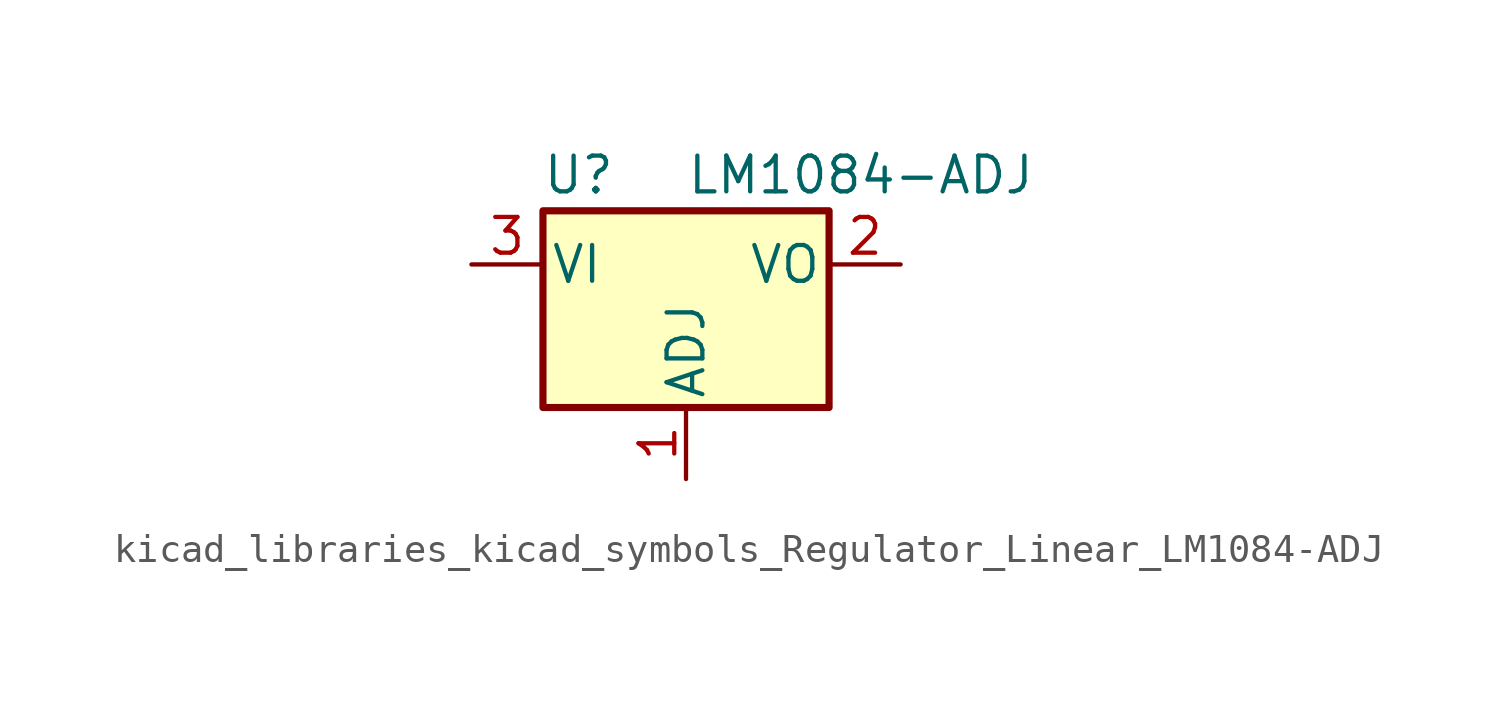
<source format=kicad_sym>
(kicad_symbol_lib
  (version 20220914)
  (generator kicad_symbol_editor)
  (symbol "kicad_libraries_kicad_symbols_Regulator_Linear_LM1084-ADJ"
    (pin_names
      (offset 0.254))
    (property "Reference" "U"
      (at -3.81 3.175 0)
      (effects (font (size 1.27 1.27))))
    (property "Value" "LM1084-ADJ"
      (at 0 3.175 0)
      (effects (font (size 1.27 1.27)) (justify left)))
    (symbol "kicad_libraries_kicad_symbols_Regulator_Linear_LM1084-ADJ_0_1"
      (rectangle (start -5.08 1.905) (end 5.08 -5.08) (stroke (width 0.254) (type default)) (fill (type background))))
    (symbol "kicad_libraries_kicad_symbols_Regulator_Linear_LM1084-ADJ_1_1"
      (pin input line (at 0 -7.62 90) (length 2.54) (name "ADJ" (effects (font (size 1.27 1.27)))) (number "1" (effects (font (size 1.27 1.27)))))
      (pin power_out line (at 7.62 0 180) (length 2.54) (name "VO" (effects (font (size 1.27 1.27)))) (number "2" (effects (font (size 1.27 1.27)))))
      (pin power_in line (at -7.62 0 0) (length 2.54) (name "VI" (effects (font (size 1.27 1.27)))) (number "3" (effects (font (size 1.27 1.27))))))))
</source>
